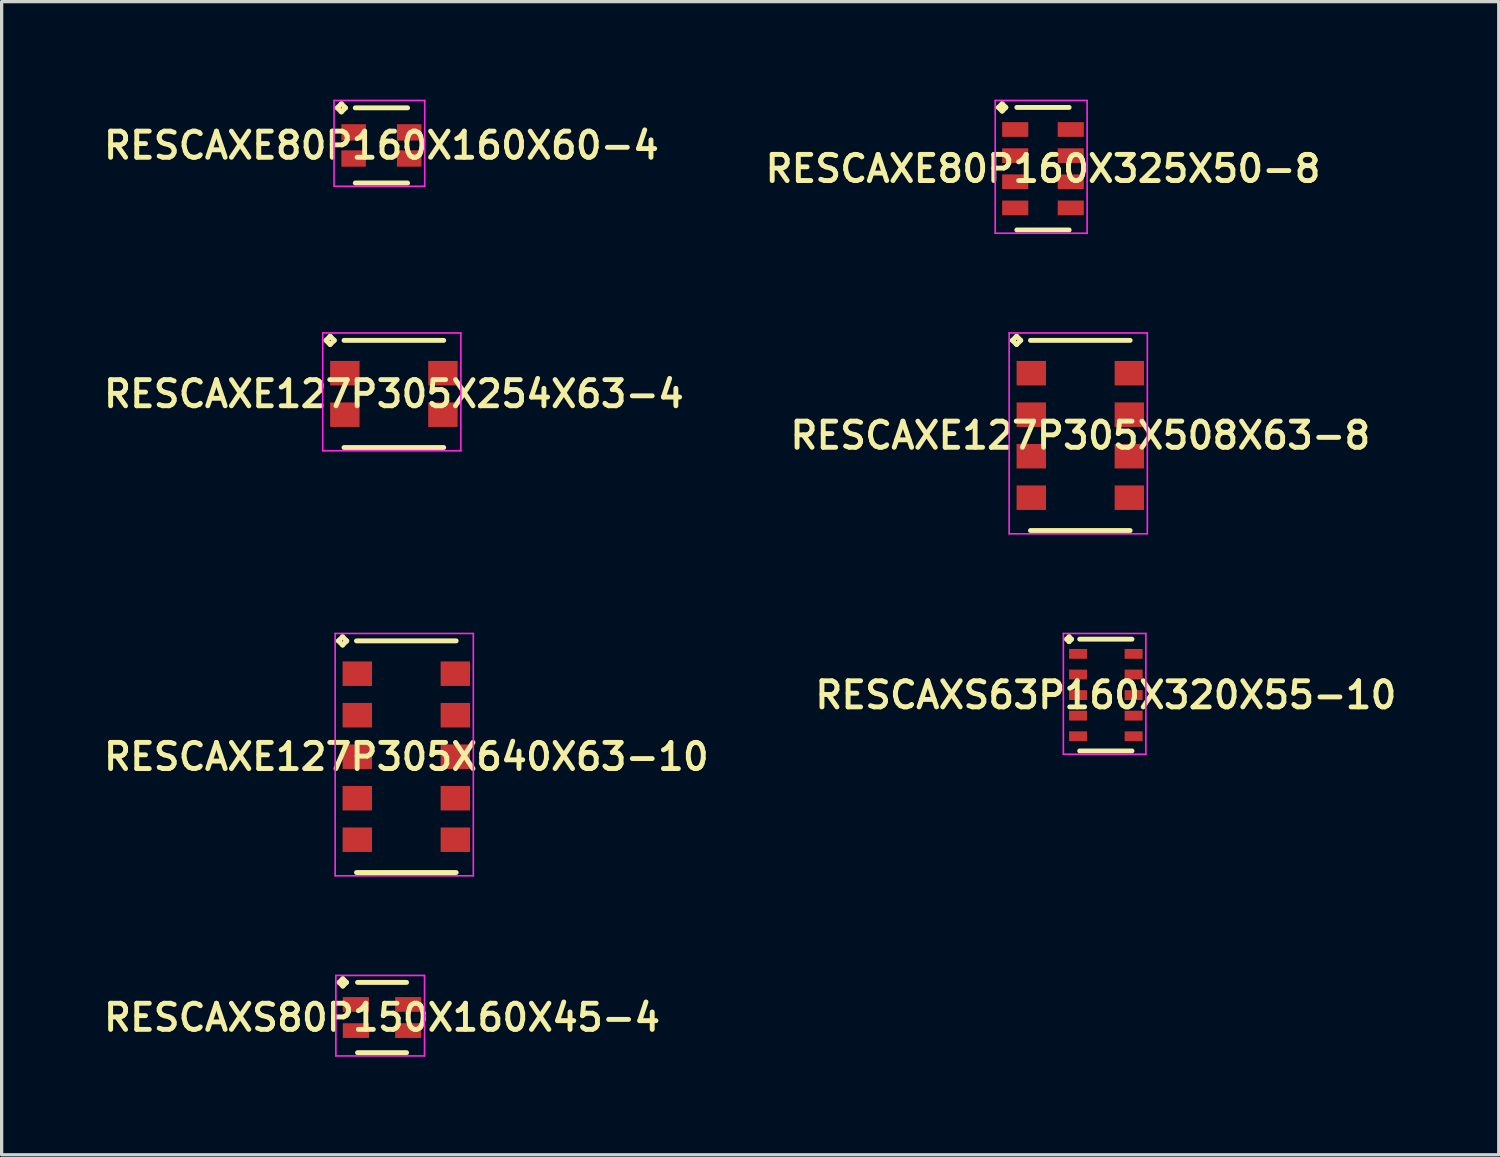
<source format=kicad_pcb>
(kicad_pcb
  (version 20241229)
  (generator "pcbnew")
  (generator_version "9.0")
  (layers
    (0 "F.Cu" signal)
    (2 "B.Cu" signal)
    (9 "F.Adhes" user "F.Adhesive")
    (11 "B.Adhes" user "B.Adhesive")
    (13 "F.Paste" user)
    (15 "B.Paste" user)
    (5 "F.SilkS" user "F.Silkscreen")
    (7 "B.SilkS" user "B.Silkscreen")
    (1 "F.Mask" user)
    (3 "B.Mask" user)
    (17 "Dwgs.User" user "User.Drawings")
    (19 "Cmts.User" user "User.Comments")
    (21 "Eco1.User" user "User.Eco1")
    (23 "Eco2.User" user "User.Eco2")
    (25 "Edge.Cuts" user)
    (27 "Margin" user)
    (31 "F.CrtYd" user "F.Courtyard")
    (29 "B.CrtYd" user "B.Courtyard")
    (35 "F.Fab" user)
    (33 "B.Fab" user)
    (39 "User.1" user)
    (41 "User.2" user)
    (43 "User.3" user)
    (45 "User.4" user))
  (footprint "RESCAXE127P305X508X63-8"
    (layer "F.Cu")
    (at 30.006 10.274)
    (property "Reference" "RESCAXE127P305X508X63-8" (at 0 0 0) (layer "F.SilkS") (effects (font (size 0.8 0.8) (thickness 0.15))))
    (attr smd)
    (fp_line (start -2.077 -2.909) (end -1.95 -3.036) (stroke (width 0.15) (type solid)) (layer "F.SilkS"))
    (fp_line (start -1.95 -3.036) (end -1.823 -2.909) (stroke (width 0.15) (type solid)) (layer "F.SilkS"))
    (fp_line (start -1.95 -2.782) (end -2.077 -2.909) (stroke (width 0.15) (type solid)) (layer "F.SilkS"))
    (fp_line (start -1.823 -2.909) (end -1.95 -2.782) (stroke (width 0.15) (type solid)) (layer "F.SilkS"))
    (fp_line (start -1.525 -2.909) (end 1.525 -2.909) (stroke (width 0.15) (type solid)) (layer "F.SilkS"))
    (fp_line (start -1.525 2.909) (end 1.525 2.909) (stroke (width 0.15) (type solid)) (layer "F.SilkS"))
    (fp_line (start -2.177 -3.136) (end 2.05 -3.136) (stroke (width 0.05) (type solid)) (layer "F.CrtYd"))
    (fp_line (start -2.177 3.009) (end -2.177 -3.136) (stroke (width 0.05) (type solid)) (layer "F.CrtYd"))
    (fp_line (start 2.05 -3.136) (end 2.05 3.009) (stroke (width 0.05) (type solid)) (layer "F.CrtYd"))
    (fp_line (start 2.05 3.009) (end -2.177 3.009) (stroke (width 0.05) (type solid)) (layer "F.CrtYd"))
    (pad "1" smd rect (at -1.5 -1.905) (size 0.9 0.75) (layers "F.Cu" "F.Mask" "F.Paste"))
    (pad "2" smd rect (at -1.5 -0.635) (size 0.9 0.75) (layers "F.Cu" "F.Mask" "F.Paste"))
    (pad "3" smd rect (at -1.5 0.635) (size 0.9 0.75) (layers "F.Cu" "F.Mask" "F.Paste"))
    (pad "4" smd rect (at -1.5 1.905) (size 0.9 0.75) (layers "F.Cu" "F.Mask" "F.Paste"))
    (pad "5" smd rect (at 1.5 1.905) (size 0.9 0.75) (layers "F.Cu" "F.Mask" "F.Paste"))
    (pad "6" smd rect (at 1.5 0.635) (size 0.9 0.75) (layers "F.Cu" "F.Mask" "F.Paste"))
    (pad "7" smd rect (at 1.5 -0.635) (size 0.9 0.75) (layers "F.Cu" "F.Mask" "F.Paste"))
    (pad "8" smd rect (at 1.5 -1.905) (size 0.9 0.75) (layers "F.Cu" "F.Mask" "F.Paste")))
  (footprint "RESCAXE127P305X640X63-10"
    (layer "F.Cu")
    (at 9.383 20.104)
    (property "Reference" "RESCAXE127P305X640X63-10" (at 0 0 0) (layer "F.SilkS") (effects (font (size 0.8 0.8) (thickness 0.15))))
    (attr smd)
    (fp_line (start -2.077 -3.544) (end -1.95 -3.671) (stroke (width 0.15) (type solid)) (layer "F.SilkS"))
    (fp_line (start -1.95 -3.671) (end -1.823 -3.544) (stroke (width 0.15) (type solid)) (layer "F.SilkS"))
    (fp_line (start -1.95 -3.417) (end -2.077 -3.544) (stroke (width 0.15) (type solid)) (layer "F.SilkS"))
    (fp_line (start -1.823 -3.544) (end -1.95 -3.417) (stroke (width 0.15) (type solid)) (layer "F.SilkS"))
    (fp_line (start -1.525 -3.544) (end 1.525 -3.544) (stroke (width 0.15) (type solid)) (layer "F.SilkS"))
    (fp_line (start -1.525 3.544) (end 1.525 3.544) (stroke (width 0.15) (type solid)) (layer "F.SilkS"))
    (fp_line (start -2.177 -3.771) (end 2.05 -3.771) (stroke (width 0.05) (type solid)) (layer "F.CrtYd"))
    (fp_line (start -2.177 3.644) (end -2.177 -3.771) (stroke (width 0.05) (type solid)) (layer "F.CrtYd"))
    (fp_line (start 2.05 -3.771) (end 2.05 3.644) (stroke (width 0.05) (type solid)) (layer "F.CrtYd"))
    (fp_line (start 2.05 3.644) (end -2.177 3.644) (stroke (width 0.05) (type solid)) (layer "F.CrtYd"))
    (pad "1" smd rect (at -1.5 -2.54) (size 0.9 0.75) (layers "F.Cu" "F.Mask" "F.Paste"))
    (pad "2" smd rect (at -1.5 -1.27) (size 0.9 0.75) (layers "F.Cu" "F.Mask" "F.Paste"))
    (pad "3" smd rect (at -1.5 0) (size 0.9 0.75) (layers "F.Cu" "F.Mask" "F.Paste"))
    (pad "4" smd rect (at -1.5 1.27) (size 0.9 0.75) (layers "F.Cu" "F.Mask" "F.Paste"))
    (pad "5" smd rect (at -1.5 2.54) (size 0.9 0.75) (layers "F.Cu" "F.Mask" "F.Paste"))
    (pad "6" smd rect (at 1.5 2.54) (size 0.9 0.75) (layers "F.Cu" "F.Mask" "F.Paste"))
    (pad "7" smd rect (at 1.5 1.27) (size 0.9 0.75) (layers "F.Cu" "F.Mask" "F.Paste"))
    (pad "8" smd rect (at 1.5 0) (size 0.9 0.75) (layers "F.Cu" "F.Mask" "F.Paste"))
    (pad "9" smd rect (at 1.5 -1.27) (size 0.9 0.75) (layers "F.Cu" "F.Mask" "F.Paste"))
    (pad "10" smd rect (at 1.5 -2.54) (size 0.9 0.75) (layers "F.Cu" "F.Mask" "F.Paste")))
  (footprint "RESCAXE127P305X254X63-4"
    (layer "F.Cu")
    (at 9.002 9.004)
    (property "Reference" "RESCAXE127P305X254X63-4" (at 0 0 0) (layer "F.SilkS") (effects (font (size 0.8 0.8) (thickness 0.15))))
    (attr smd)
    (fp_line (start -2.077 -1.639) (end -1.95 -1.766) (stroke (width 0.15) (type solid)) (layer "F.SilkS"))
    (fp_line (start -1.95 -1.766) (end -1.823 -1.639) (stroke (width 0.15) (type solid)) (layer "F.SilkS"))
    (fp_line (start -1.95 -1.512) (end -2.077 -1.639) (stroke (width 0.15) (type solid)) (layer "F.SilkS"))
    (fp_line (start -1.823 -1.639) (end -1.95 -1.512) (stroke (width 0.15) (type solid)) (layer "F.SilkS"))
    (fp_line (start -1.525 -1.639) (end 1.525 -1.639) (stroke (width 0.15) (type solid)) (layer "F.SilkS"))
    (fp_line (start -1.525 1.639) (end 1.525 1.639) (stroke (width 0.15) (type solid)) (layer "F.SilkS"))
    (fp_line (start -2.177 -1.866) (end 2.05 -1.866) (stroke (width 0.05) (type solid)) (layer "F.CrtYd"))
    (fp_line (start -2.177 1.739) (end -2.177 -1.866) (stroke (width 0.05) (type solid)) (layer "F.CrtYd"))
    (fp_line (start 2.05 -1.866) (end 2.05 1.739) (stroke (width 0.05) (type solid)) (layer "F.CrtYd"))
    (fp_line (start 2.05 1.739) (end -2.177 1.739) (stroke (width 0.05) (type solid)) (layer "F.CrtYd"))
    (pad "1" smd rect (at -1.5 -0.635) (size 0.9 0.75) (layers "F.Cu" "F.Mask" "F.Paste"))
    (pad "2" smd rect (at -1.5 0.635) (size 0.9 0.75) (layers "F.Cu" "F.Mask" "F.Paste"))
    (pad "3" smd rect (at 1.5 0.635) (size 0.9 0.75) (layers "F.Cu" "F.Mask" "F.Paste"))
    (pad "4" smd rect (at 1.5 -0.635) (size 0.9 0.75) (layers "F.Cu" "F.Mask" "F.Paste")))
  (footprint "RESCAXS80P150X160X45-4"
    (layer "F.Cu")
    (at 8.64 28.085)
    (property "Reference" "RESCAXS80P150X160X45-4" (at 0 0 0) (layer "F.SilkS") (effects (font (size 0.8 0.8) (thickness 0.15))))
    (attr smd)
    (fp_line (start -1.312 -1.075) (end -1.2 -1.188) (stroke (width 0.15) (type solid)) (layer "F.SilkS"))
    (fp_line (start -1.2 -1.188) (end -1.087 -1.075) (stroke (width 0.15) (type solid)) (layer "F.SilkS"))
    (fp_line (start -1.2 -0.963) (end -1.312 -1.075) (stroke (width 0.15) (type solid)) (layer "F.SilkS"))
    (fp_line (start -1.087 -1.075) (end -1.2 -0.963) (stroke (width 0.15) (type solid)) (layer "F.SilkS"))
    (fp_line (start -0.75 -1.075) (end 0.75 -1.075) (stroke (width 0.15) (type solid)) (layer "F.SilkS"))
    (fp_line (start -0.75 1.075) (end 0.75 1.075) (stroke (width 0.15) (type solid)) (layer "F.SilkS"))
    (fp_line (start -1.413 -1.288) (end 1.3 -1.288) (stroke (width 0.05) (type solid)) (layer "F.CrtYd"))
    (fp_line (start -1.413 1.175) (end -1.413 -1.288) (stroke (width 0.05) (type solid)) (layer "F.CrtYd"))
    (fp_line (start 1.3 -1.288) (end 1.3 1.175) (stroke (width 0.05) (type solid)) (layer "F.CrtYd"))
    (fp_line (start 1.3 1.175) (end -1.413 1.175) (stroke (width 0.05) (type solid)) (layer "F.CrtYd"))
    (pad "1" smd rect (at -0.8 -0.4) (size 0.8 0.45) (layers "F.Cu" "F.Mask" "F.Paste"))
    (pad "2" smd rect (at -0.8 0.4) (size 0.8 0.45) (layers "F.Cu" "F.Mask" "F.Paste"))
    (pad "3" smd rect (at 0.8 0.4) (size 0.8 0.45) (layers "F.Cu" "F.Mask" "F.Paste"))
    (pad "4" smd rect (at 0.8 -0.4) (size 0.8 0.45) (layers "F.Cu" "F.Mask" "F.Paste")))
  (footprint "RESCAXE80P160X325X50-8"
    (layer "F.Cu")
    (at 28.864 2.112)
    (property "Reference" "RESCAXE80P160X325X50-8" (at 0 0 0) (layer "F.SilkS") (effects (font (size 0.8 0.8) (thickness 0.15))))
    (attr smd)
    (fp_line (start -1.363 -1.875) (end -1.25 -1.988) (stroke (width 0.15) (type solid)) (layer "F.SilkS"))
    (fp_line (start -1.25 -1.988) (end -1.137 -1.875) (stroke (width 0.15) (type solid)) (layer "F.SilkS"))
    (fp_line (start -1.25 -1.762) (end -1.363 -1.875) (stroke (width 0.15) (type solid)) (layer "F.SilkS"))
    (fp_line (start -1.137 -1.875) (end -1.25 -1.762) (stroke (width 0.15) (type solid)) (layer "F.SilkS"))
    (fp_line (start -0.8 -1.875) (end 0.8 -1.875) (stroke (width 0.15) (type solid)) (layer "F.SilkS"))
    (fp_line (start -0.8 1.875) (end 0.8 1.875) (stroke (width 0.15) (type solid)) (layer "F.SilkS"))
    (fp_line (start -1.462 -2.087) (end 1.35 -2.087) (stroke (width 0.05) (type solid)) (layer "F.CrtYd"))
    (fp_line (start -1.462 1.975) (end -1.462 -2.087) (stroke (width 0.05) (type solid)) (layer "F.CrtYd"))
    (fp_line (start 1.35 -2.087) (end 1.35 1.975) (stroke (width 0.05) (type solid)) (layer "F.CrtYd"))
    (fp_line (start 1.35 1.975) (end -1.462 1.975) (stroke (width 0.05) (type solid)) (layer "F.CrtYd"))
    (pad "1" smd rect (at -0.85 -1.2) (size 0.8 0.45) (layers "F.Cu" "F.Mask" "F.Paste"))
    (pad "2" smd rect (at -0.85 -0.4) (size 0.8 0.45) (layers "F.Cu" "F.Mask" "F.Paste"))
    (pad "3" smd rect (at -0.85 0.4) (size 0.8 0.45) (layers "F.Cu" "F.Mask" "F.Paste"))
    (pad "4" smd rect (at -0.85 1.2) (size 0.8 0.45) (layers "F.Cu" "F.Mask" "F.Paste"))
    (pad "5" smd rect (at 0.85 1.2) (size 0.8 0.45) (layers "F.Cu" "F.Mask" "F.Paste"))
    (pad "6" smd rect (at 0.85 0.4) (size 0.8 0.45) (layers "F.Cu" "F.Mask" "F.Paste"))
    (pad "7" smd rect (at 0.85 -0.4) (size 0.8 0.45) (layers "F.Cu" "F.Mask" "F.Paste"))
    (pad "8" smd rect (at 0.85 -1.2) (size 0.8 0.45) (layers "F.Cu" "F.Mask" "F.Paste")))
  (footprint "RESCAXE80P160X160X60-4"
    (layer "F.Cu")
    (at 8.621 1.4)
    (property "Reference" "RESCAXE80P160X160X60-4" (at 0 0 0) (layer "F.SilkS") (effects (font (size 0.8 0.8) (thickness 0.15))))
    (attr smd)
    (fp_line (start -1.35 -1.15) (end -1.225 -1.275) (stroke (width 0.15) (type solid)) (layer "F.SilkS"))
    (fp_line (start -1.225 -1.275) (end -1.1 -1.15) (stroke (width 0.15) (type solid)) (layer "F.SilkS"))
    (fp_line (start -1.225 -1.025) (end -1.35 -1.15) (stroke (width 0.15) (type solid)) (layer "F.SilkS"))
    (fp_line (start -1.1 -1.15) (end -1.225 -1.025) (stroke (width 0.15) (type solid)) (layer "F.SilkS"))
    (fp_line (start -0.8 -1.15) (end 0.8 -1.15) (stroke (width 0.15) (type solid)) (layer "F.SilkS"))
    (fp_line (start -0.8 1.15) (end 0.8 1.15) (stroke (width 0.15) (type solid)) (layer "F.SilkS"))
    (fp_line (start -1.45 -1.375) (end 1.325 -1.375) (stroke (width 0.05) (type solid)) (layer "F.CrtYd"))
    (fp_line (start -1.45 1.25) (end -1.45 -1.375) (stroke (width 0.05) (type solid)) (layer "F.CrtYd"))
    (fp_line (start 1.325 -1.375) (end 1.325 1.25) (stroke (width 0.05) (type solid)) (layer "F.CrtYd"))
    (fp_line (start 1.325 1.25) (end -1.45 1.25) (stroke (width 0.05) (type solid)) (layer "F.CrtYd"))
    (pad "1" smd rect (at -0.85 -0.4) (size 0.75 0.5) (layers "F.Cu" "F.Mask" "F.Paste"))
    (pad "2" smd rect (at -0.85 0.4) (size 0.75 0.5) (layers "F.Cu" "F.Mask" "F.Paste"))
    (pad "3" smd rect (at 0.85 0.4) (size 0.75 0.5) (layers "F.Cu" "F.Mask" "F.Paste"))
    (pad "4" smd rect (at 0.85 -0.4) (size 0.75 0.5) (layers "F.Cu" "F.Mask" "F.Paste")))
  (footprint "RESCAXS63P160X320X55-10"
    (layer "F.Cu")
    (at 30.787 18.218)
    (property "Reference" "RESCAXS63P160X320X55-10" (at 0 0 0) (layer "F.SilkS") (effects (font (size 0.8 0.8) (thickness 0.15))))
    (attr smd)
    (fp_line (start -1.2 -1.71) (end -1.125 -1.785) (stroke (width 0.15) (type solid)) (layer "F.SilkS"))
    (fp_line (start -1.125 -1.785) (end -1.05 -1.71) (stroke (width 0.15) (type solid)) (layer "F.SilkS"))
    (fp_line (start -1.125 -1.635) (end -1.2 -1.71) (stroke (width 0.15) (type solid)) (layer "F.SilkS"))
    (fp_line (start -1.05 -1.71) (end -1.125 -1.635) (stroke (width 0.15) (type solid)) (layer "F.SilkS"))
    (fp_line (start -0.8 -1.71) (end 0.8 -1.71) (stroke (width 0.15) (type solid)) (layer "F.SilkS"))
    (fp_line (start -0.8 1.71) (end 0.8 1.71) (stroke (width 0.15) (type solid)) (layer "F.SilkS"))
    (fp_line (start -1.3 -1.885) (end 1.225 -1.885) (stroke (width 0.05) (type solid)) (layer "F.CrtYd"))
    (fp_line (start -1.3 1.81) (end -1.3 -1.885) (stroke (width 0.05) (type solid)) (layer "F.CrtYd"))
    (fp_line (start 1.225 -1.885) (end 1.225 1.81) (stroke (width 0.05) (type solid)) (layer "F.CrtYd"))
    (fp_line (start 1.225 1.81) (end -1.3 1.81) (stroke (width 0.05) (type solid)) (layer "F.CrtYd"))
    (pad "1" smd rect (at -0.85 -1.26) (size 0.55 0.3) (layers "F.Cu" "F.Mask" "F.Paste"))
    (pad "2" smd rect (at -0.85 -0.63) (size 0.55 0.3) (layers "F.Cu" "F.Mask" "F.Paste"))
    (pad "3" smd rect (at -0.85 0) (size 0.55 0.3) (layers "F.Cu" "F.Mask" "F.Paste"))
    (pad "4" smd rect (at -0.85 0.63) (size 0.55 0.3) (layers "F.Cu" "F.Mask" "F.Paste"))
    (pad "5" smd rect (at -0.85 1.26) (size 0.55 0.3) (layers "F.Cu" "F.Mask" "F.Paste"))
    (pad "6" smd rect (at 0.85 1.26) (size 0.55 0.3) (layers "F.Cu" "F.Mask" "F.Paste"))
    (pad "7" smd rect (at 0.85 0.63) (size 0.55 0.3) (layers "F.Cu" "F.Mask" "F.Paste"))
    (pad "8" smd rect (at 0.85 0) (size 0.55 0.3) (layers "F.Cu" "F.Mask" "F.Paste"))
    (pad "9" smd rect (at 0.85 -0.63) (size 0.55 0.3) (layers "F.Cu" "F.Mask" "F.Paste"))
    (pad "10" smd rect (at 0.85 -1.26) (size 0.55 0.3) (layers "F.Cu" "F.Mask" "F.Paste")))
  (gr_rect
    (start -3 -3)
    (end 42.809 32.285)
    (stroke (width 0.1) (type default))
    (fill no)
    (layer "Edge.Cuts")))
</source>
